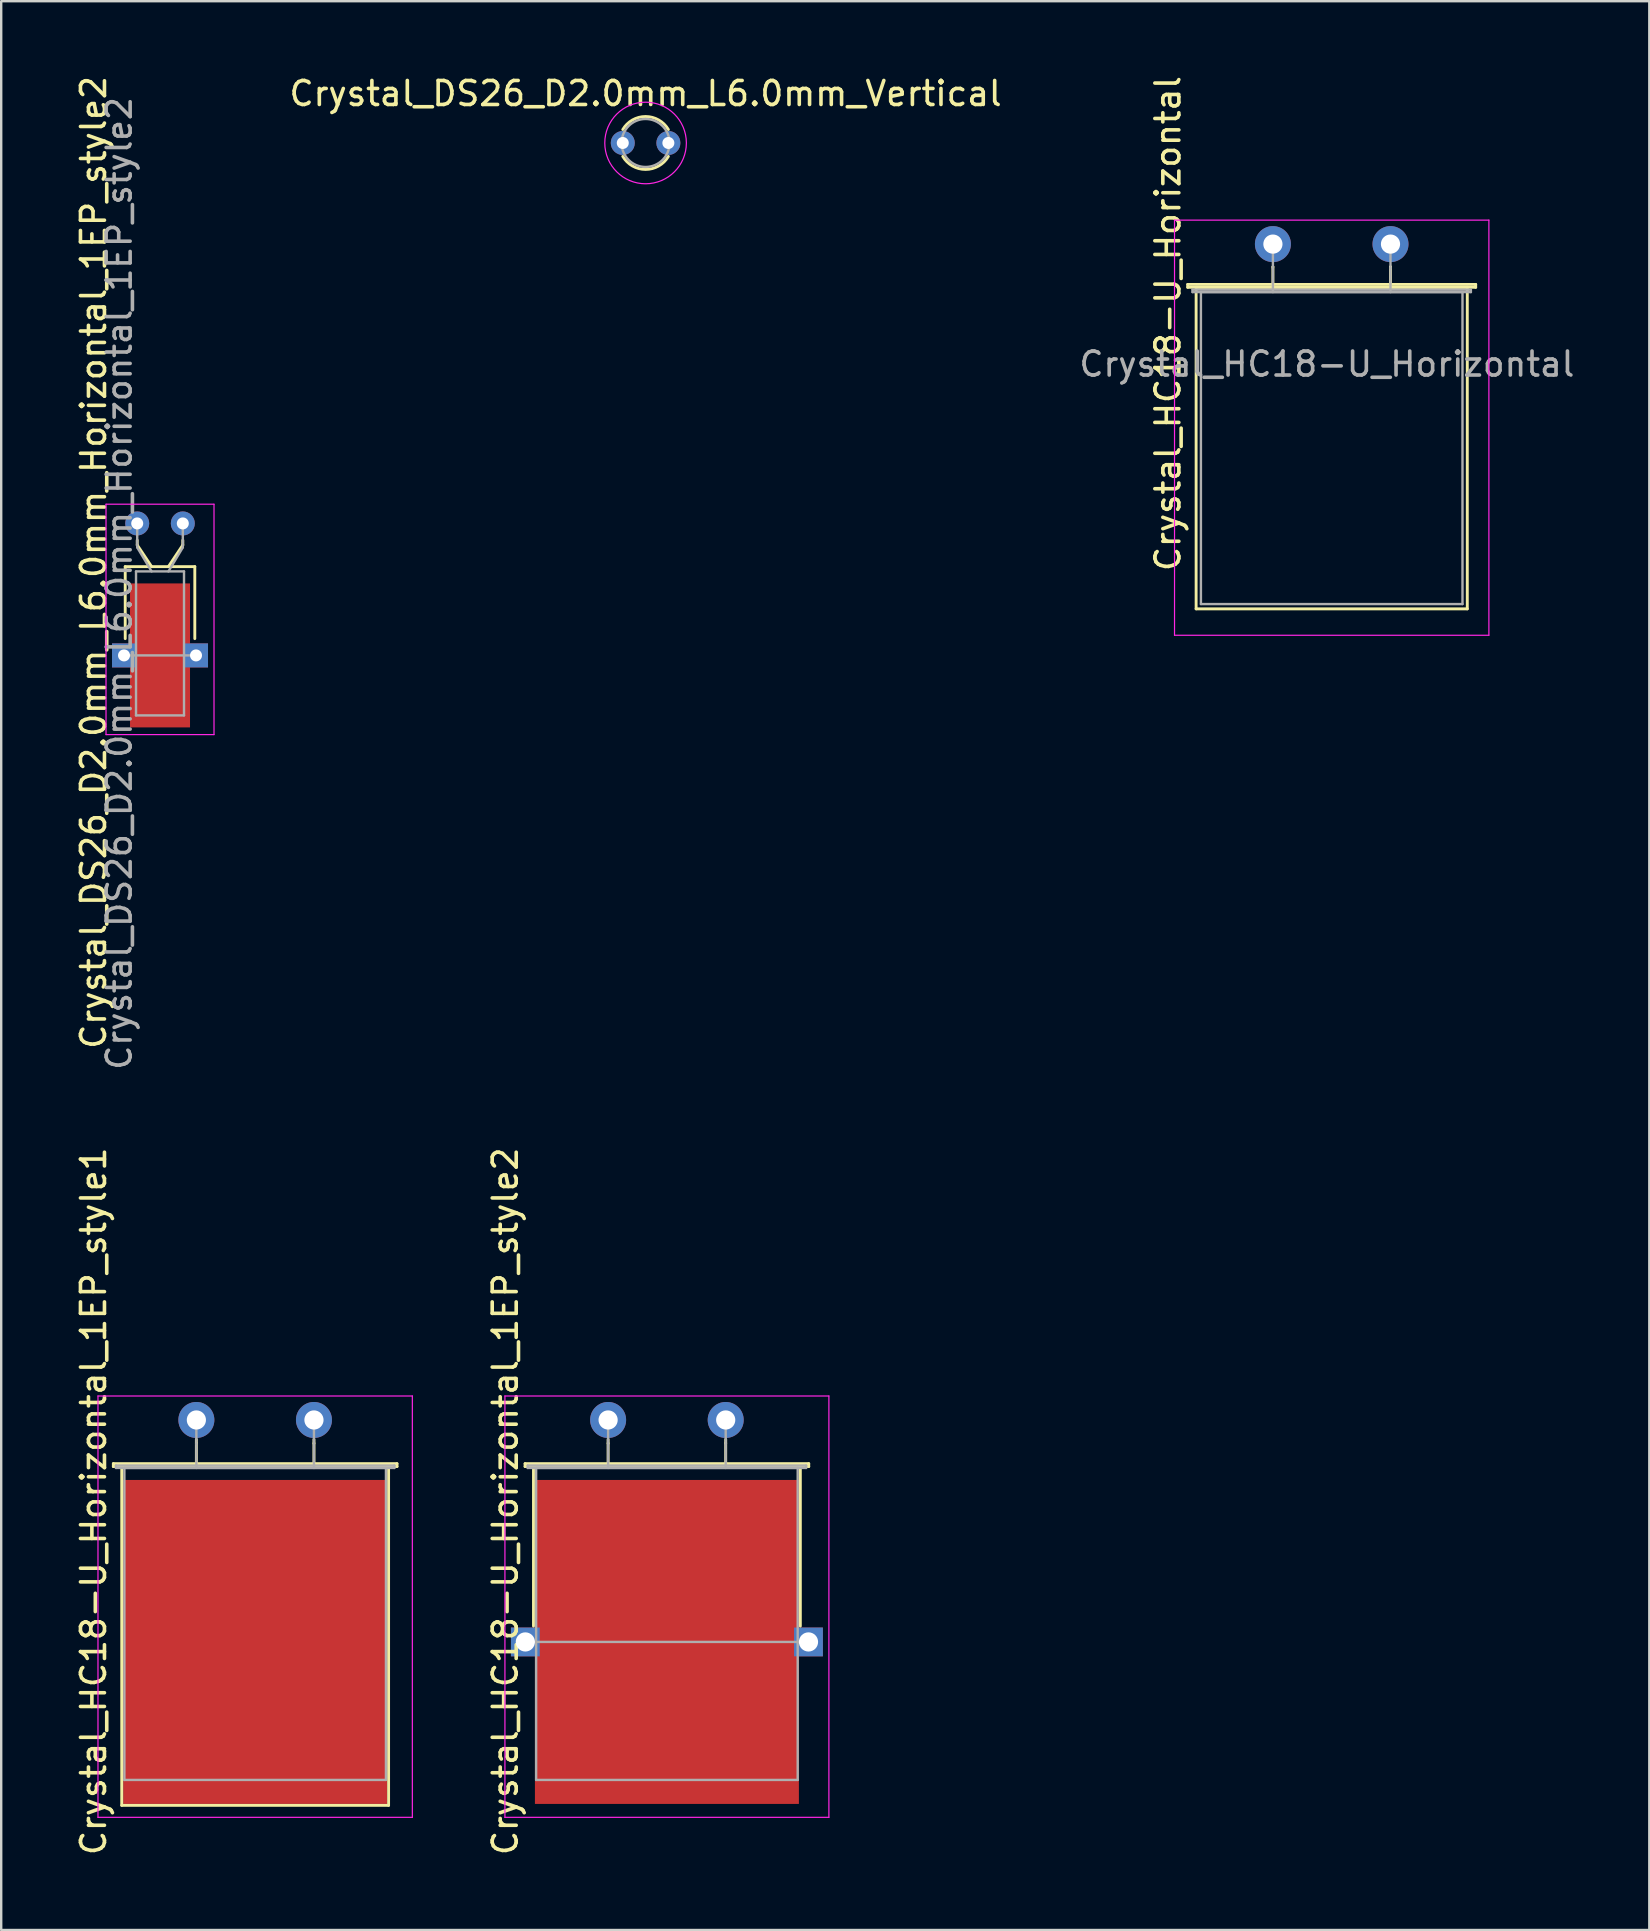
<source format=kicad_pcb>
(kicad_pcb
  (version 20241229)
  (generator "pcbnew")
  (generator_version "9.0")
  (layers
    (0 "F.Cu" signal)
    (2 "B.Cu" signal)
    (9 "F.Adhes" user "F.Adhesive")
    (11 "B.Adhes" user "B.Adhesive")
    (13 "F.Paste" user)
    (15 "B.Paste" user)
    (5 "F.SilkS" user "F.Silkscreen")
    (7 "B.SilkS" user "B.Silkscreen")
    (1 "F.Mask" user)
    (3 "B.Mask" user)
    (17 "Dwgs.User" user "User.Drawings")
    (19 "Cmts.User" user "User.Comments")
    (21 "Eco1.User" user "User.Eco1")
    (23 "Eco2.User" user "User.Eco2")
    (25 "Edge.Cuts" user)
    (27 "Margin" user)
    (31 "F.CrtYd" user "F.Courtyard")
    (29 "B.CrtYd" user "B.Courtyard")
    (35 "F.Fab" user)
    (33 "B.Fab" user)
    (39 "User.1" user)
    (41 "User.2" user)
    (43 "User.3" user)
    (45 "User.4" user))
  (footprint "Crystal_HC18-U_Horizontal_1EP_style1"
    (layer "F.Cu")
    (at 5.133 56.122)
    (property "Reference" "Crystal_HC18-U_Horizontal_1EP_style1" (at -4.285 3.39 90) (layer "F.SilkS") (effects (font (size 1 1) (thickness 0.15))))
    (attr through_hole)
    (fp_line (start -3.46 1.82) (end 8.36 1.82) (stroke (width 0.12) (type solid)) (layer "F.SilkS"))
    (fp_line (start -3.46 1.94) (end -3.46 1.82) (stroke (width 0.12) (type solid)) (layer "F.SilkS"))
    (fp_line (start -3.11 1.94) (end -3.11 16.06) (stroke (width 0.12) (type solid)) (layer "F.SilkS"))
    (fp_line (start -3.11 16.06) (end 8.01 16.06) (stroke (width 0.12) (type solid)) (layer "F.SilkS"))
    (fp_line (start 0 0.97) (end 0 0.81) (stroke (width 0.12) (type solid)) (layer "F.SilkS"))
    (fp_line (start 0 1.94) (end 0 0.97) (stroke (width 0.12) (type solid)) (layer "F.SilkS"))
    (fp_line (start 4.9 0.97) (end 4.9 0.81) (stroke (width 0.12) (type solid)) (layer "F.SilkS"))
    (fp_line (start 4.9 1.94) (end 4.9 0.97) (stroke (width 0.12) (type solid)) (layer "F.SilkS"))
    (fp_line (start 8.01 1.94) (end -3.11 1.94) (stroke (width 0.12) (type solid)) (layer "F.SilkS"))
    (fp_line (start 8.01 16.06) (end 8.01 1.94) (stroke (width 0.12) (type solid)) (layer "F.SilkS"))
    (fp_line (start 8.36 1.82) (end 8.36 1.94) (stroke (width 0.12) (type solid)) (layer "F.SilkS"))
    (fp_line (start 8.36 1.94) (end -3.46 1.94) (stroke (width 0.12) (type solid)) (layer "F.SilkS"))
    (fp_line (start -4.1 -1) (end -4.1 16.56) (stroke (width 0.05) (type solid)) (layer "F.CrtYd"))
    (fp_line (start -4.1 16.56) (end 9 16.56) (stroke (width 0.05) (type solid)) (layer "F.CrtYd"))
    (fp_line (start 9 -1) (end -4.1 -1) (stroke (width 0.05) (type solid)) (layer "F.CrtYd"))
    (fp_line (start 9 16.56) (end 9 -1) (stroke (width 0.05) (type solid)) (layer "F.CrtYd"))
    (fp_line (start -3.35 1.9) (end 8.25 1.9) (stroke (width 0.1) (type solid)) (layer "F.Fab"))
    (fp_line (start -3.35 2) (end -3.35 1.9) (stroke (width 0.1) (type solid)) (layer "F.Fab"))
    (fp_line (start -3 2) (end -3 15) (stroke (width 0.1) (type solid)) (layer "F.Fab"))
    (fp_line (start -3 15) (end 7.9 15) (stroke (width 0.1) (type solid)) (layer "F.Fab"))
    (fp_line (start 0 1) (end 0 0) (stroke (width 0.1) (type solid)) (layer "F.Fab"))
    (fp_line (start 0 2) (end 0 1) (stroke (width 0.1) (type solid)) (layer "F.Fab"))
    (fp_line (start 4.9 1) (end 4.9 0) (stroke (width 0.1) (type solid)) (layer "F.Fab"))
    (fp_line (start 4.9 2) (end 4.9 1) (stroke (width 0.1) (type solid)) (layer "F.Fab"))
    (fp_line (start 7.9 2) (end -3 2) (stroke (width 0.1) (type solid)) (layer "F.Fab"))
    (fp_line (start 7.9 15) (end 7.9 2) (stroke (width 0.1) (type solid)) (layer "F.Fab"))
    (fp_line (start 8.25 1.9) (end 8.25 2) (stroke (width 0.1) (type solid)) (layer "F.Fab"))
    (fp_line (start 8.25 2) (end -3.35 2) (stroke (width 0.1) (type solid)) (layer "F.Fab"))
    (pad "1" thru_hole circle (at 0 0) (size 1.5 1.5) (drill 0.8) (layers "*.Cu" "*.Mask"))
    (pad "2" thru_hole circle (at 4.9 0) (size 1.5 1.5) (drill 0.8) (layers "*.Cu" "*.Mask"))
    (pad "3" smd rect (at 2.45 9.25) (size 11 13.5) (layers "F.Cu" "F.Mask")))
  (footprint "Crystal_HC18-U_Horizontal_1EP_style2"
    (layer "F.Cu")
    (at 22.291 56.122)
    (property "Reference" "Crystal_HC18-U_Horizontal_1EP_style2" (at -4.285 3.39 90) (layer "F.SilkS") (effects (font (size 1 1) (thickness 0.15))))
    (attr through_hole)
    (fp_line (start -3.46 1.82) (end 8.36 1.82) (stroke (width 0.12) (type solid)) (layer "F.SilkS"))
    (fp_line (start -3.46 1.94) (end -3.46 1.82) (stroke (width 0.12) (type solid)) (layer "F.SilkS"))
    (fp_line (start -3.11 1.94) (end 8.01 1.94) (stroke (width 0.12) (type solid)) (layer "F.SilkS"))
    (fp_line (start -3.11 8.59) (end -3.11 1.94) (stroke (width 0.12) (type solid)) (layer "F.SilkS"))
    (fp_line (start 0 0.97) (end 0 0.81) (stroke (width 0.12) (type solid)) (layer "F.SilkS"))
    (fp_line (start 0 1.94) (end 0 0.97) (stroke (width 0.12) (type solid)) (layer "F.SilkS"))
    (fp_line (start 4.9 0.97) (end 4.9 0.81) (stroke (width 0.12) (type solid)) (layer "F.SilkS"))
    (fp_line (start 4.9 1.94) (end 4.9 0.97) (stroke (width 0.12) (type solid)) (layer "F.SilkS"))
    (fp_line (start 8.01 1.94) (end 8.01 8.59) (stroke (width 0.12) (type solid)) (layer "F.SilkS"))
    (fp_line (start 8.36 1.82) (end 8.36 1.94) (stroke (width 0.12) (type solid)) (layer "F.SilkS"))
    (fp_line (start 8.36 1.94) (end -3.46 1.94) (stroke (width 0.12) (type solid)) (layer "F.SilkS"))
    (fp_line (start -4.3 -1) (end -4.3 16.56) (stroke (width 0.05) (type solid)) (layer "F.CrtYd"))
    (fp_line (start -4.3 16.56) (end 9.2 16.56) (stroke (width 0.05) (type solid)) (layer "F.CrtYd"))
    (fp_line (start 9.2 -1) (end -4.3 -1) (stroke (width 0.05) (type solid)) (layer "F.CrtYd"))
    (fp_line (start 9.2 16.56) (end 9.2 -1) (stroke (width 0.05) (type solid)) (layer "F.CrtYd"))
    (fp_line (start -3.45 9.25) (end 8.35 9.25) (stroke (width 0.1) (type solid)) (layer "F.Fab"))
    (fp_line (start -3.35 1.9) (end 8.25 1.9) (stroke (width 0.1) (type solid)) (layer "F.Fab"))
    (fp_line (start -3.35 2) (end -3.35 1.9) (stroke (width 0.1) (type solid)) (layer "F.Fab"))
    (fp_line (start -3 2) (end -3 15) (stroke (width 0.1) (type solid)) (layer "F.Fab"))
    (fp_line (start -3 15) (end 7.9 15) (stroke (width 0.1) (type solid)) (layer "F.Fab"))
    (fp_line (start 0 1) (end 0 0) (stroke (width 0.1) (type solid)) (layer "F.Fab"))
    (fp_line (start 0 2) (end 0 1) (stroke (width 0.1) (type solid)) (layer "F.Fab"))
    (fp_line (start 4.9 1) (end 4.9 0) (stroke (width 0.1) (type solid)) (layer "F.Fab"))
    (fp_line (start 4.9 2) (end 4.9 1) (stroke (width 0.1) (type solid)) (layer "F.Fab"))
    (fp_line (start 7.9 2) (end -3 2) (stroke (width 0.1) (type solid)) (layer "F.Fab"))
    (fp_line (start 7.9 15) (end 7.9 2) (stroke (width 0.1) (type solid)) (layer "F.Fab"))
    (fp_line (start 8.25 1.9) (end 8.25 2) (stroke (width 0.1) (type solid)) (layer "F.Fab"))
    (fp_line (start 8.25 2) (end -3.35 2) (stroke (width 0.1) (type solid)) (layer "F.Fab"))
    (pad "1" thru_hole circle (at 0 0) (size 1.5 1.5) (drill 0.8) (layers "*.Cu" "*.Mask"))
    (pad "2" thru_hole circle (at 4.9 0) (size 1.5 1.5) (drill 0.8) (layers "*.Cu" "*.Mask"))
    (pad "3" thru_hole rect (at -3.45 9.25) (size 1.2 1.2) (drill 0.8) (layers "*.Cu" "*.Mask"))
    (pad "3" smd rect (at 2.45 9.25) (size 11 13.5) (layers "F.Cu" "F.Mask"))
    (pad "3" thru_hole rect (at 8.35 9.25) (size 1.2 1.2) (drill 0.8) (layers "*.Cu" "*.Mask")))
  (footprint "Crystal_DS26_D2.0mm_L6.0mm_Horizontal_1EP_style2"
    (layer "F.Cu")
    (at 2.668 18.762)
    (property "Reference" "Crystal_DS26_D2.0mm_L6.0mm_Horizontal_1EP_style2" (at -1.82 1.625 90) (layer "F.SilkS") (effects (font (size 1 1) (thickness 0.15))))
    (attr through_hole)
    (fp_line (start -0.5 1.8) (end 2.4 1.8) (stroke (width 0.12) (type solid)) (layer "F.SilkS"))
    (fp_line (start -0.5 4.8) (end -0.5 1.8) (stroke (width 0.12) (type solid)) (layer "F.SilkS"))
    (fp_line (start 0 0.9) (end 0 0.7) (stroke (width 0.12) (type solid)) (layer "F.SilkS"))
    (fp_line (start 0.6 1.8) (end 0 0.9) (stroke (width 0.12) (type solid)) (layer "F.SilkS"))
    (fp_line (start 1.3 1.8) (end 1.9 0.9) (stroke (width 0.12) (type solid)) (layer "F.SilkS"))
    (fp_line (start 1.9 0.9) (end 1.9 0.7) (stroke (width 0.12) (type solid)) (layer "F.SilkS"))
    (fp_line (start 2.4 1.8) (end 2.4 4.8) (stroke (width 0.12) (type solid)) (layer "F.SilkS"))
    (fp_line (start -1.3 -0.8) (end -1.3 8.8) (stroke (width 0.05) (type solid)) (layer "F.CrtYd"))
    (fp_line (start -1.3 8.8) (end 3.2 8.8) (stroke (width 0.05) (type solid)) (layer "F.CrtYd"))
    (fp_line (start 3.2 -0.8) (end -1.3 -0.8) (stroke (width 0.05) (type solid)) (layer "F.CrtYd"))
    (fp_line (start 3.2 8.8) (end 3.2 -0.8) (stroke (width 0.05) (type solid)) (layer "F.CrtYd"))
    (fp_line (start -0.55 5.5) (end 2.45 5.5) (stroke (width 0.1) (type solid)) (layer "F.Fab"))
    (fp_line (start -0.05 2) (end -0.05 8) (stroke (width 0.1) (type solid)) (layer "F.Fab"))
    (fp_line (start -0.05 8) (end 1.95 8) (stroke (width 0.1) (type solid)) (layer "F.Fab"))
    (fp_line (start 0 1) (end 0 0) (stroke (width 0.1) (type solid)) (layer "F.Fab"))
    (fp_line (start 0.6 2) (end 0 1) (stroke (width 0.1) (type solid)) (layer "F.Fab"))
    (fp_line (start 1.3 2) (end 1.9 1) (stroke (width 0.1) (type solid)) (layer "F.Fab"))
    (fp_line (start 1.9 1) (end 1.9 0) (stroke (width 0.1) (type solid)) (layer "F.Fab"))
    (fp_line (start 1.95 2) (end -0.05 2) (stroke (width 0.1) (type solid)) (layer "F.Fab"))
    (fp_line (start 1.95 8) (end 1.95 2) (stroke (width 0.1) (type solid)) (layer "F.Fab"))
    (fp_text user "${REFERENCE}" (at -0.75 2.5 90) (layer "F.Fab") (effects (font (size 1 1) (thickness 0.15))))
    (pad "1" thru_hole circle (at 0 0) (size 1 1) (drill 0.5) (layers "*.Cu" "*.Mask"))
    (pad "2" thru_hole circle (at 1.9 0) (size 1 1) (drill 0.5) (layers "*.Cu" "*.Mask"))
    (pad "3" thru_hole rect (at -0.55 5.5) (size 1 1) (drill 0.5) (layers "*.Cu" "*.Mask"))
    (pad "3" smd rect (at 0.95 5.5) (size 2.5 6) (layers "F.Cu" "F.Mask" "F.Paste"))
    (pad "3" thru_hole rect (at 2.45 5.5) (size 1 1) (drill 0.5) (layers "*.Cu" "*.Mask")))
  (footprint "Crystal_DS26_D2.0mm_L6.0mm_Vertical"
    (layer "F.Cu")
    (at 22.902 2.908)
    (property "Reference" "Crystal_DS26_D2.0mm_L6.0mm_Vertical" (at 0.95 -2.06 0) (layer "F.SilkS") (effects (font (size 1 1) (thickness 0.15))))
    (attr through_hole)
    (fp_arc (start 0 -0.56) (mid 0.949983 -1.102769) (end 1.899982 -0.56003) (stroke (width 0.12) (type solid)) (layer "F.SilkS"))
    (fp_arc (start 1.899982 0.56003) (mid 0.949983 1.102769) (end 0 0.56) (stroke (width 0.12) (type solid)) (layer "F.SilkS"))
    (fp_circle (center 0.95 0) (end 2.65 0) (stroke (width 0.05) (type solid)) (fill no) (layer "F.CrtYd"))
    (fp_circle (center 0.95 0) (end 1.95 0) (stroke (width 0.1) (type solid)) (fill no) (layer "F.Fab"))
    (pad "1" thru_hole circle (at 0 0) (size 1 1) (drill 0.5) (layers "*.Cu" "*.Mask"))
    (pad "2" thru_hole circle (at 1.9 0) (size 1 1) (drill 0.5) (layers "*.Cu" "*.Mask")))
  (footprint "Crystal_HC18-U_Horizontal"
    (layer "F.Cu")
    (at 49.994 7.122)
    (property "Reference" "Crystal_HC18-U_Horizontal" (at -4.375 3.312 90) (layer "F.SilkS") (effects (font (size 1 1) (thickness 0.15))))
    (attr through_hole)
    (fp_line (start -3.55 1.68) (end 8.45 1.68) (stroke (width 0.12) (type solid)) (layer "F.SilkS"))
    (fp_line (start -3.55 1.8) (end -3.55 1.68) (stroke (width 0.12) (type solid)) (layer "F.SilkS"))
    (fp_line (start -3.2 1.8) (end -3.2 15.2) (stroke (width 0.12) (type solid)) (layer "F.SilkS"))
    (fp_line (start -3.2 15.2) (end 8.1 15.2) (stroke (width 0.12) (type solid)) (layer "F.SilkS"))
    (fp_line (start 0 0.95) (end 0 0.95) (stroke (width 0.12) (type solid)) (layer "F.SilkS"))
    (fp_line (start 0 1.8) (end 0 0.95) (stroke (width 0.12) (type solid)) (layer "F.SilkS"))
    (fp_line (start 4.9 0.95) (end 4.9 0.95) (stroke (width 0.12) (type solid)) (layer "F.SilkS"))
    (fp_line (start 4.9 1.8) (end 4.9 0.95) (stroke (width 0.12) (type solid)) (layer "F.SilkS"))
    (fp_line (start 8.1 1.8) (end -3.2 1.8) (stroke (width 0.12) (type solid)) (layer "F.SilkS"))
    (fp_line (start 8.1 15.2) (end 8.1 1.8) (stroke (width 0.12) (type solid)) (layer "F.SilkS"))
    (fp_line (start 8.45 1.68) (end 8.45 1.8) (stroke (width 0.12) (type solid)) (layer "F.SilkS"))
    (fp_line (start 8.45 1.8) (end -3.55 1.8) (stroke (width 0.12) (type solid)) (layer "F.SilkS"))
    (fp_line (start -4.1 -1) (end -4.1 16.3) (stroke (width 0.05) (type solid)) (layer "F.CrtYd"))
    (fp_line (start -4.1 16.3) (end 9 16.3) (stroke (width 0.05) (type solid)) (layer "F.CrtYd"))
    (fp_line (start 9 -1) (end -4.1 -1) (stroke (width 0.05) (type solid)) (layer "F.CrtYd"))
    (fp_line (start 9 16.3) (end 9 -1) (stroke (width 0.05) (type solid)) (layer "F.CrtYd"))
    (fp_line (start -3.35 1.9) (end 8.25 1.9) (stroke (width 0.1) (type solid)) (layer "F.Fab"))
    (fp_line (start -3.35 2) (end -3.35 1.9) (stroke (width 0.1) (type solid)) (layer "F.Fab"))
    (fp_line (start -3 2) (end -3 15) (stroke (width 0.1) (type solid)) (layer "F.Fab"))
    (fp_line (start -3 15) (end 7.9 15) (stroke (width 0.1) (type solid)) (layer "F.Fab"))
    (fp_line (start 0 1) (end 0 0) (stroke (width 0.1) (type solid)) (layer "F.Fab"))
    (fp_line (start 0 2) (end 0 1) (stroke (width 0.1) (type solid)) (layer "F.Fab"))
    (fp_line (start 4.9 1) (end 4.9 0) (stroke (width 0.1) (type solid)) (layer "F.Fab"))
    (fp_line (start 4.9 2) (end 4.9 1) (stroke (width 0.1) (type solid)) (layer "F.Fab"))
    (fp_line (start 7.9 2) (end -3 2) (stroke (width 0.1) (type solid)) (layer "F.Fab"))
    (fp_line (start 7.9 15) (end 7.9 2) (stroke (width 0.1) (type solid)) (layer "F.Fab"))
    (fp_line (start 8.25 1.9) (end 8.25 2) (stroke (width 0.1) (type solid)) (layer "F.Fab"))
    (fp_line (start 8.25 2) (end -3.35 2) (stroke (width 0.1) (type solid)) (layer "F.Fab"))
    (fp_text user "${REFERENCE}" (at 2.25 5 0) (layer "F.Fab") (effects (font (size 1 1) (thickness 0.15))))
    (pad "1" thru_hole circle (at 0 0) (size 1.5 1.5) (drill 0.8) (layers "*.Cu" "*.Mask"))
    (pad "2" thru_hole circle (at 4.9 0) (size 1.5 1.5) (drill 0.8) (layers "*.Cu" "*.Mask")))
  (gr_rect
    (start -3 -3)
    (end 65.679 77.375)
    (stroke (width 0.1) (type default))
    (fill no)
    (layer "Edge.Cuts")))
</source>
